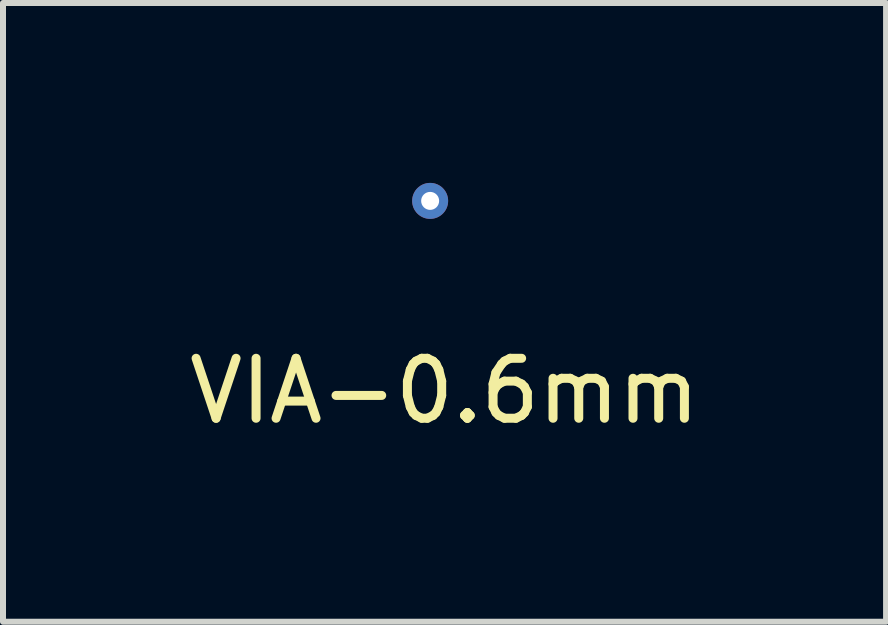
<source format=kicad_pcb>
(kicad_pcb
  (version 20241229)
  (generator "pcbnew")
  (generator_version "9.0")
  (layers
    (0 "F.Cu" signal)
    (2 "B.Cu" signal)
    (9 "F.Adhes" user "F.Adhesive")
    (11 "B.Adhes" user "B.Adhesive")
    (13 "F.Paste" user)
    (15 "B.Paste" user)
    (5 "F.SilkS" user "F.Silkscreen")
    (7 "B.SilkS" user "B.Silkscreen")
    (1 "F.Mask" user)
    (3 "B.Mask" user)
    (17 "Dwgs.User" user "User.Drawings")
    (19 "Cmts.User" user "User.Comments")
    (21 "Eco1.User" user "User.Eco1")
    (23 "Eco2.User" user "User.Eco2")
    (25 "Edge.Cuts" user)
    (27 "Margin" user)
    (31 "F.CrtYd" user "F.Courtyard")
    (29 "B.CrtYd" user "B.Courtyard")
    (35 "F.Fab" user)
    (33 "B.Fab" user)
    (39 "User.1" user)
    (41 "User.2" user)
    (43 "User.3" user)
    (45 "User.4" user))
  (footprint "VIA-0.6mm"
    (layer "F.Cu")
    (at 4.123 0.3)
    (property "Reference" "VIA-0.6mm" (at 0.24 3.17 0) (layer "F.SilkS") (effects (font (size 1 1) (thickness 0.15))))
    (attr through_hole)
    (pad "1" thru_hole circle (at 0 0) (size 0.6 0.6) (drill 0.3) (layers "*.Cu")))
  (gr_rect
    (start -3 -3)
    (end 11.726 7.318)
    (stroke (width 0.1) (type default))
    (fill no)
    (layer "Edge.Cuts")))
</source>
